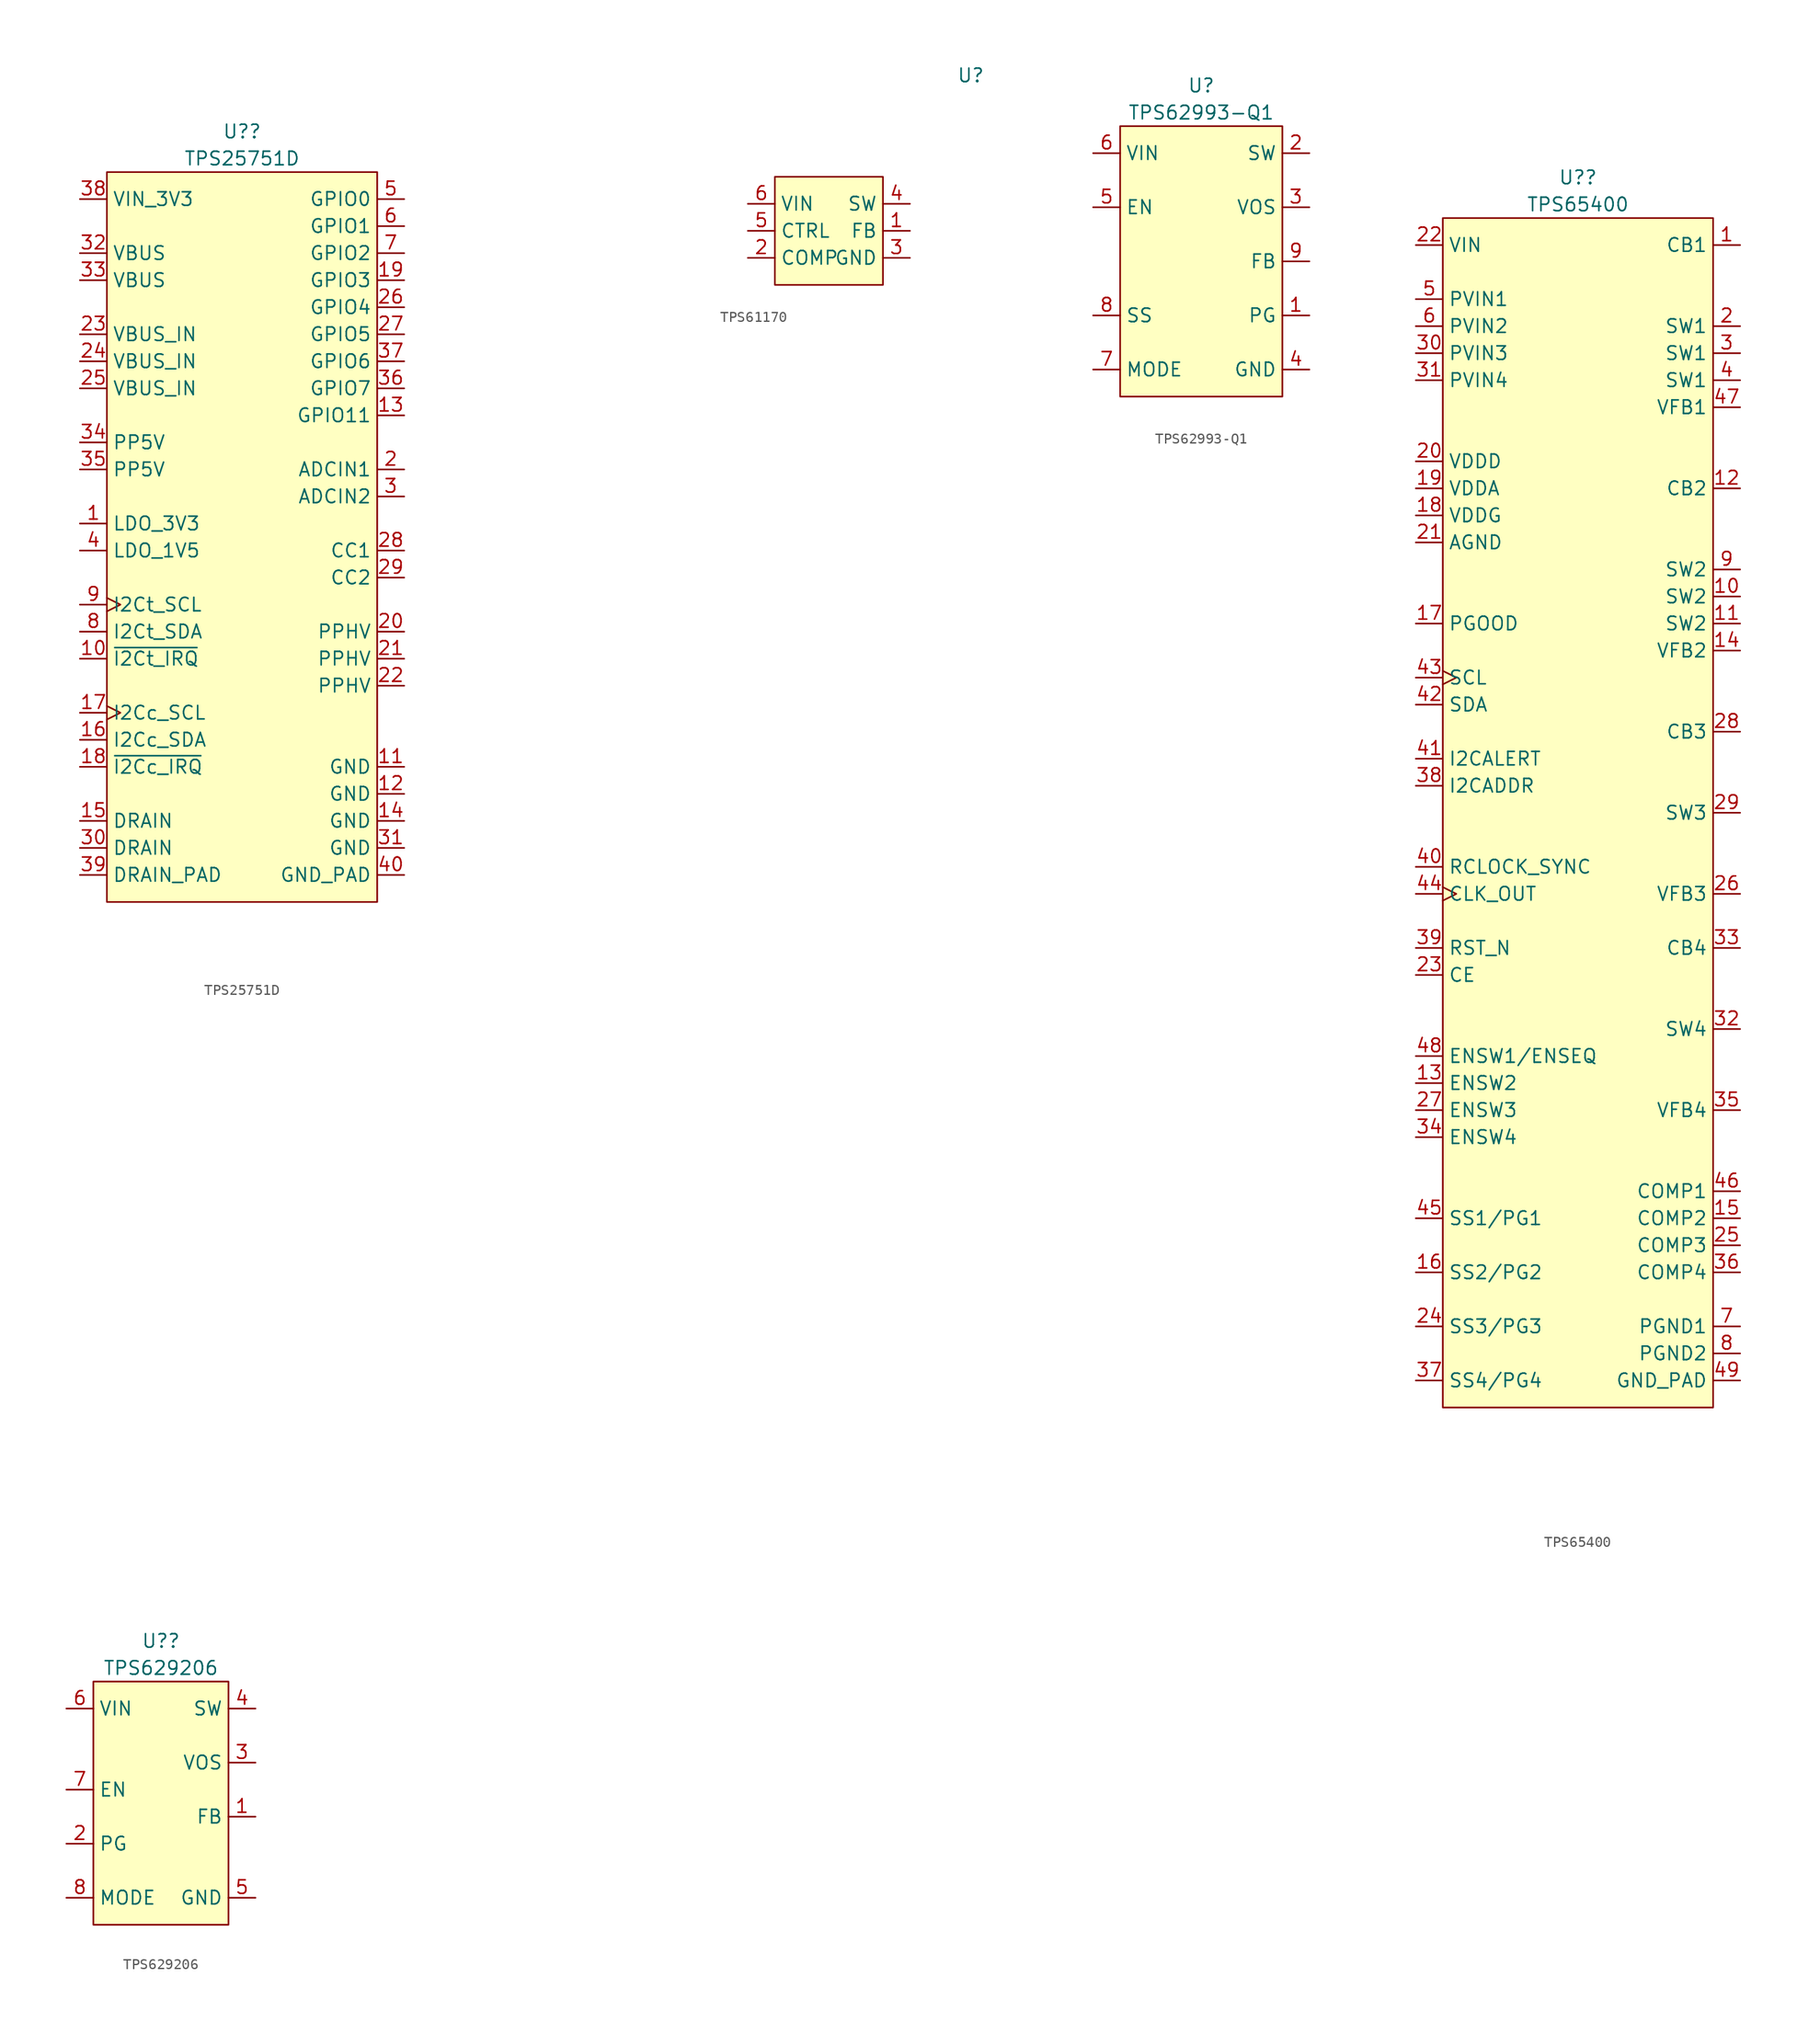
<source format=kicad_sym>
(kicad_symbol_lib
  (version 20241209)
  (generator "kicad_symbol_editor")
  (generator_version "9.0")
  (symbol "TPS25751D"
    (property "Reference" "U?"
      (at 0 38.1 0)
      (do_not_autoplace)
      (effects (font (size 1.27 1.27))))
    (property "Value" "TPS25751D"
      (at 0 35.56 0)
      (do_not_autoplace)
      (effects (font (size 1.27 1.27))))
    (symbol "TPS25751D_0_0"
      (pin power_in line (at -15.24 31.75 0) (length 2.54) (name "VIN_3V3" (effects (font (size 1.27 1.27)))) (number "38" (effects (font (size 1.27 1.27)))))
      (pin power_out line (at -15.24 26.67 0) (length 2.54) (name "VBUS" (effects (font (size 1.27 1.27)))) (number "32" (effects (font (size 1.27 1.27)))))
      (pin bidirectional line (at -15.24 19.05 0) (length 2.54) (name "VBUS_IN" (effects (font (size 1.27 1.27)))) (number "23" (effects (font (size 1.27 1.27)))))
      (pin power_in line (at -15.24 8.89 0) (length 2.54) (name "PP5V" (effects (font (size 1.27 1.27)))) (number "34" (effects (font (size 1.27 1.27)))))
      (pin power_out line (at -15.24 1.27 0) (length 2.54) (name "LDO_3V3" (effects (font (size 1.27 1.27)))) (number "1" (effects (font (size 1.27 1.27)))))
      (pin power_out line (at -15.24 -1.27 0) (length 2.54) (name "LDO_1V5" (effects (font (size 1.27 1.27)))) (number "4" (effects (font (size 1.27 1.27)))))
      (pin bidirectional clock (at -15.24 -6.35 0) (length 2.54) (name "I2Ct_SCL" (effects (font (size 1.27 1.27)))) (number "9" (effects (font (size 1.27 1.27)))))
      (pin bidirectional line (at -15.24 -8.89 0) (length 2.54) (name "I2Ct_SDA" (effects (font (size 1.27 1.27)))) (number "8" (effects (font (size 1.27 1.27)))))
      (pin output line (at -15.24 -11.43 0) (length 2.54) (name "~{I2Ct_IRQ}" (effects (font (size 1.27 1.27)))) (number "10" (effects (font (size 1.27 1.27)))))
      (pin bidirectional clock (at -15.24 -16.51 0) (length 2.54) (name "I2Cc_SCL" (effects (font (size 1.27 1.27)))) (number "17" (effects (font (size 1.27 1.27)))))
      (pin bidirectional line (at -15.24 -19.05 0) (length 2.54) (name "I2Cc_SDA" (effects (font (size 1.27 1.27)))) (number "16" (effects (font (size 1.27 1.27)))))
      (pin output line (at -15.24 -21.59 0) (length 2.54) (name "~{I2Cc_IRQ}" (effects (font (size 1.27 1.27)))) (number "18" (effects (font (size 1.27 1.27)))))
      (pin passive line (at -15.24 -26.67 0) (length 2.54) (name "DRAIN" (effects (font (size 1.27 1.27)))) (number "15" (effects (font (size 1.27 1.27)))))
      (pin passive line (at -15.24 -29.21 0) (length 2.54) (name "DRAIN" (effects (font (size 1.27 1.27)))) (number "30" (effects (font (size 1.27 1.27)))))
      (pin passive line (at -15.24 -31.75 0) (length 2.54) (name "DRAIN_PAD" (effects (font (size 1.27 1.27)))) (number "39" (effects (font (size 1.27 1.27)))))
      (pin bidirectional line (at 15.24 31.75 180) (length 2.54) (name "GPIO0" (effects (font (size 1.27 1.27)))) (number "5" (effects (font (size 1.27 1.27)))))
      (pin bidirectional line (at 15.24 29.21 180) (length 2.54) (name "GPIO1" (effects (font (size 1.27 1.27)))) (number "6" (effects (font (size 1.27 1.27)))))
      (pin bidirectional line (at 15.24 26.67 180) (length 2.54) (name "GPIO2" (effects (font (size 1.27 1.27)))) (number "7" (effects (font (size 1.27 1.27)))))
      (pin bidirectional line (at 15.24 24.13 180) (length 2.54) (name "GPIO3" (effects (font (size 1.27 1.27)))) (number "19" (effects (font (size 1.27 1.27)))))
      (pin bidirectional line (at 15.24 16.51 180) (length 2.54) (name "GPIO6" (effects (font (size 1.27 1.27)))) (number "37" (effects (font (size 1.27 1.27)))))
      (pin bidirectional line (at 15.24 11.43 180) (length 2.54) (name "GPIO11" (effects (font (size 1.27 1.27)))) (number "13" (effects (font (size 1.27 1.27)))))
      (pin input line (at 15.24 6.35 180) (length 2.54) (name "ADCIN1" (effects (font (size 1.27 1.27)))) (number "2" (effects (font (size 1.27 1.27)))))
      (pin input line (at 15.24 3.81 180) (length 2.54) (name "ADCIN2" (effects (font (size 1.27 1.27)))) (number "3" (effects (font (size 1.27 1.27)))))
      (pin bidirectional line (at 15.24 -1.27 180) (length 2.54) (name "CC1" (effects (font (size 1.27 1.27)))) (number "28" (effects (font (size 1.27 1.27)))))
      (pin bidirectional line (at 15.24 -3.81 180) (length 2.54) (name "CC2" (effects (font (size 1.27 1.27)))) (number "29" (effects (font (size 1.27 1.27)))))
      (pin bidirectional line (at 15.24 -8.89 180) (length 2.54) (name "PPHV" (effects (font (size 1.27 1.27)))) (number "20" (effects (font (size 1.27 1.27)))))
      (pin passive line (at 15.24 -21.59 180) (length 2.54) (name "GND" (effects (font (size 1.27 1.27)))) (number "11" (effects (font (size 1.27 1.27)))))
      (pin passive line (at 15.24 -24.13 180) (length 2.54) (name "GND" (effects (font (size 1.27 1.27)))) (number "12" (effects (font (size 1.27 1.27)))))
      (pin passive line (at 15.24 -26.67 180) (length 2.54) (name "GND" (effects (font (size 1.27 1.27)))) (number "14" (effects (font (size 1.27 1.27)))))
      (pin passive line (at 15.24 -29.21 180) (length 2.54) (name "GND" (effects (font (size 1.27 1.27)))) (number "31" (effects (font (size 1.27 1.27)))))
      (pin passive line (at 15.24 -31.75 180) (length 2.54) (name "GND_PAD" (effects (font (size 1.27 1.27)))) (number "40" (effects (font (size 1.27 1.27))))))
    (symbol "TPS25751D_1_0"
      (pin power_out line (at -15.24 24.13 0) (length 2.54) (name "VBUS" (effects (font (size 1.27 1.27)))) (number "33" (effects (font (size 1.27 1.27)))))
      (pin bidirectional line (at -15.24 16.51 0) (length 2.54) (name "VBUS_IN" (effects (font (size 1.27 1.27)))) (number "24" (effects (font (size 1.27 1.27)))))
      (pin bidirectional line (at -15.24 13.97 0) (length 2.54) (name "VBUS_IN" (effects (font (size 1.27 1.27)))) (number "25" (effects (font (size 1.27 1.27)))))
      (pin power_in line (at -15.24 6.35 0) (length 2.54) (name "PP5V" (effects (font (size 1.27 1.27)))) (number "35" (effects (font (size 1.27 1.27)))))
      (pin bidirectional line (at 15.24 21.59 180) (length 2.54) (name "GPIO4" (effects (font (size 1.27 1.27)))) (number "26" (effects (font (size 1.27 1.27)))) (alternate "LD1" bidirectional line) (alternate "USB_P" bidirectional line))
      (pin bidirectional line (at 15.24 19.05 180) (length 2.54) (name "GPIO5" (effects (font (size 1.27 1.27)))) (number "27" (effects (font (size 1.27 1.27)))) (alternate "LD2" bidirectional line) (alternate "USB_N" bidirectional inverted))
      (pin bidirectional line (at 15.24 13.97 180) (length 2.54) (name "GPIO7" (effects (font (size 1.27 1.27)))) (number "36" (effects (font (size 1.27 1.27)))))
      (pin bidirectional line (at 15.24 -11.43 180) (length 2.54) (name "PPHV" (effects (font (size 1.27 1.27)))) (number "21" (effects (font (size 1.27 1.27)))))
      (pin bidirectional line (at 15.24 -13.97 180) (length 2.54) (name "PPHV" (effects (font (size 1.27 1.27)))) (number "22" (effects (font (size 1.27 1.27))))))
    (symbol "TPS25751D_1_1"
      (rectangle (start -12.7 34.29) (end 12.7 -34.29) (stroke (width 0) (type solid)) (fill (type background)))))
  (symbol "TPS61170"
    (property "Reference" "U"
      (at 13.335 12.065 0)
      (effects (font (size 1.27 1.27))))
    (property "Value" ""
      (at -27.94 -1.905 0)
      (effects (font (size 1.27 1.27))))
    (symbol "TPS61170_0_0"
      (pin power_in line (at -7.62 0 0) (length 2.54) (name "VIN" (effects (font (size 1.27 1.27)))) (number "6" (effects (font (size 1.27 1.27)))))
      (pin input line (at -7.62 -2.54 0) (length 2.54) (name "CTRL" (effects (font (size 1.27 1.27)))) (number "5" (effects (font (size 1.27 1.27)))))
      (pin output line (at -7.62 -5.08 0) (length 2.54) (name "COMP" (effects (font (size 1.27 1.27)))) (number "2" (effects (font (size 1.27 1.27)))))
      (pin input line (at 7.62 0 180) (length 2.54) (name "SW" (effects (font (size 1.27 1.27)))) (number "4" (effects (font (size 1.27 1.27)))))
      (pin input line (at 7.62 -2.54 180) (length 2.54) (name "FB" (effects (font (size 1.27 1.27)))) (number "1" (effects (font (size 1.27 1.27)))))
      (pin passive line (at 7.62 -5.08 180) (length 2.54) (name "GND" (effects (font (size 1.27 1.27)))) (number "3" (effects (font (size 1.27 1.27))))))
    (symbol "TPS61170_1_1"
      (rectangle (start -5.08 2.54) (end 5.08 -7.62) (stroke (width 0) (type default)) (fill (type background)))))
  (symbol "TPS62993-Q1"
    (property "Reference" "U"
      (at 0 16.51 0)
      (do_not_autoplace)
      (effects (font (size 1.27 1.27))))
    (property "Value" "TPS62993-Q1"
      (at 0 13.97 0)
      (do_not_autoplace)
      (effects (font (size 1.27 1.27))))
    (symbol "TPS62993-Q1_0_0"
      (pin power_in line (at -10.16 10.16 0) (length 2.54) (name "VIN" (effects (font (size 1.27 1.27)))) (number "6" (effects (font (size 1.27 1.27)))))
      (pin input line (at -10.16 5.08 0) (length 2.54) (name "EN" (effects (font (size 1.27 1.27)))) (number "5" (effects (font (size 1.27 1.27)))))
      (pin passive line (at 10.16 10.16 180) (length 2.54) (name "SW" (effects (font (size 1.27 1.27)))) (number "2" (effects (font (size 1.27 1.27)))))
      (pin input line (at 10.16 5.08 180) (length 2.54) (name "VOS" (effects (font (size 1.27 1.27)))) (number "3" (effects (font (size 1.27 1.27)))))
      (pin input line (at 10.16 0 180) (length 2.54) (name "FB" (effects (font (size 1.27 1.27)))) (number "9" (effects (font (size 1.27 1.27)))))
      (pin output line (at 10.16 -5.08 180) (length 2.54) (name "PG" (effects (font (size 1.27 1.27)))) (number "1" (effects (font (size 1.27 1.27)))))
      (pin passive line (at 10.16 -10.16 180) (length 2.54) (name "GND" (effects (font (size 1.27 1.27)))) (number "4" (effects (font (size 1.27 1.27))))))
    (symbol "TPS62993-Q1_1_0"
      (pin input line (at -10.16 -5.08 0) (length 2.54) (name "SS" (effects (font (size 1.27 1.27)))) (number "8" (effects (font (size 1.27 1.27)))) (alternate "TR" input line))
      (pin input line (at -10.16 -10.16 0) (length 2.54) (name "MODE" (effects (font (size 1.27 1.27)))) (number "7" (effects (font (size 1.27 1.27)))) (alternate "S-CONF" input line)))
    (symbol "TPS62993-Q1_1_1"
      (rectangle (start -7.62 12.7) (end 7.62 -12.7) (stroke (width 0) (type default)) (fill (type background)))))
  (symbol "TPS65400"
    (property "Reference" "U?"
      (at 0 59.69 0)
      (do_not_autoplace)
      (effects (font (size 1.27 1.27))))
    (property "Value" "TPS65400"
      (at 0 57.15 0)
      (do_not_autoplace)
      (effects (font (size 1.27 1.27))))
    (symbol "TPS65400_0_0"
      (pin power_in line (at -15.24 53.34 0) (length 2.54) (name "VIN" (effects (font (size 1.27 1.27)))) (number "22" (effects (font (size 1.27 1.27)))))
      (pin power_in line (at -15.24 48.26 0) (length 2.54) (name "PVIN1" (effects (font (size 1.27 1.27)))) (number "5" (effects (font (size 1.27 1.27)))))
      (pin power_in line (at -15.24 45.72 0) (length 2.54) (name "PVIN2" (effects (font (size 1.27 1.27)))) (number "6" (effects (font (size 1.27 1.27)))))
      (pin power_in line (at -15.24 43.18 0) (length 2.54) (name "PVIN3" (effects (font (size 1.27 1.27)))) (number "30" (effects (font (size 1.27 1.27)))))
      (pin power_in line (at -15.24 40.64 0) (length 2.54) (name "PVIN4" (effects (font (size 1.27 1.27)))) (number "31" (effects (font (size 1.27 1.27)))))
      (pin power_out line (at -15.24 33.02 0) (length 2.54) (name "VDDD" (effects (font (size 1.27 1.27)))) (number "20" (effects (font (size 1.27 1.27)))))
      (pin power_out line (at -15.24 30.48 0) (length 2.54) (name "VDDA" (effects (font (size 1.27 1.27)))) (number "19" (effects (font (size 1.27 1.27)))))
      (pin power_in line (at -15.24 27.94 0) (length 2.54) (name "VDDG" (effects (font (size 1.27 1.27)))) (number "18" (effects (font (size 1.27 1.27)))))
      (pin passive line (at -15.24 25.4 0) (length 2.54) (name "AGND" (effects (font (size 1.27 1.27)))) (number "21" (effects (font (size 1.27 1.27)))))
      (pin output line (at -15.24 17.78 0) (length 2.54) (name "PGOOD" (effects (font (size 1.27 1.27)))) (number "17" (effects (font (size 1.27 1.27)))))
      (pin bidirectional clock (at -15.24 12.7 0) (length 2.54) (name "SCL" (effects (font (size 1.27 1.27)))) (number "43" (effects (font (size 1.27 1.27)))))
      (pin bidirectional line (at -15.24 10.16 0) (length 2.54) (name "SDA" (effects (font (size 1.27 1.27)))) (number "42" (effects (font (size 1.27 1.27)))))
      (pin output line (at -15.24 5.08 0) (length 2.54) (name "I2CALERT" (effects (font (size 1.27 1.27)))) (number "41" (effects (font (size 1.27 1.27)))))
      (pin input line (at -15.24 2.54 0) (length 2.54) (name "I2CADDR" (effects (font (size 1.27 1.27)))) (number "38" (effects (font (size 1.27 1.27)))))
      (pin input line (at -15.24 -5.08 0) (length 2.54) (name "RCLOCK_SYNC" (effects (font (size 1.27 1.27)))) (number "40" (effects (font (size 1.27 1.27)))))
      (pin output clock (at -15.24 -7.62 0) (length 2.54) (name "CLK_OUT" (effects (font (size 1.27 1.27)))) (number "44" (effects (font (size 1.27 1.27)))))
      (pin input line (at -15.24 -12.7 0) (length 2.54) (name "RST_N" (effects (font (size 1.27 1.27)))) (number "39" (effects (font (size 1.27 1.27)))))
      (pin input line (at -15.24 -15.24 0) (length 2.54) (name "CE" (effects (font (size 1.27 1.27)))) (number "23" (effects (font (size 1.27 1.27)))))
      (pin input line (at -15.24 -22.86 0) (length 2.54) (name "ENSW1/ENSEQ" (effects (font (size 1.27 1.27)))) (number "48" (effects (font (size 1.27 1.27)))))
      (pin input line (at -15.24 -25.4 0) (length 2.54) (name "ENSW2" (effects (font (size 1.27 1.27)))) (number "13" (effects (font (size 1.27 1.27)))))
      (pin input line (at -15.24 -27.94 0) (length 2.54) (name "ENSW3" (effects (font (size 1.27 1.27)))) (number "27" (effects (font (size 1.27 1.27)))))
      (pin input line (at -15.24 -30.48 0) (length 2.54) (name "ENSW4" (effects (font (size 1.27 1.27)))) (number "34" (effects (font (size 1.27 1.27)))))
      (pin input line (at -15.24 -38.1 0) (length 2.54) (name "SS1/PG1" (effects (font (size 1.27 1.27)))) (number "45" (effects (font (size 1.27 1.27)))))
      (pin input line (at -15.24 -43.18 0) (length 2.54) (name "SS2/PG2" (effects (font (size 1.27 1.27)))) (number "16" (effects (font (size 1.27 1.27)))))
      (pin input line (at -15.24 -48.26 0) (length 2.54) (name "SS3/PG3" (effects (font (size 1.27 1.27)))) (number "24" (effects (font (size 1.27 1.27)))))
      (pin input line (at -15.24 -53.34 0) (length 2.54) (name "SS4/PG4" (effects (font (size 1.27 1.27)))) (number "37" (effects (font (size 1.27 1.27)))))
      (pin input line (at 15.24 53.34 180) (length 2.54) (name "CB1" (effects (font (size 1.27 1.27)))) (number "1" (effects (font (size 1.27 1.27)))))
      (pin passive line (at 15.24 45.72 180) (length 2.54) (name "SW1" (effects (font (size 1.27 1.27)))) (number "2" (effects (font (size 1.27 1.27)))))
      (pin passive line (at 15.24 43.18 180) (length 2.54) (name "SW1" (effects (font (size 1.27 1.27)))) (number "3" (effects (font (size 1.27 1.27)))))
      (pin passive line (at 15.24 40.64 180) (length 2.54) (name "SW1" (effects (font (size 1.27 1.27)))) (number "4" (effects (font (size 1.27 1.27)))))
      (pin input line (at 15.24 38.1 180) (length 2.54) (name "VFB1" (effects (font (size 1.27 1.27)))) (number "47" (effects (font (size 1.27 1.27)))))
      (pin input line (at 15.24 30.48 180) (length 2.54) (name "CB2" (effects (font (size 1.27 1.27)))) (number "12" (effects (font (size 1.27 1.27)))))
      (pin passive line (at 15.24 22.86 180) (length 2.54) (name "SW2" (effects (font (size 1.27 1.27)))) (number "9" (effects (font (size 1.27 1.27)))))
      (pin passive line (at 15.24 20.32 180) (length 2.54) (name "SW2" (effects (font (size 1.27 1.27)))) (number "10" (effects (font (size 1.27 1.27)))))
      (pin passive line (at 15.24 17.78 180) (length 2.54) (name "SW2" (effects (font (size 1.27 1.27)))) (number "11" (effects (font (size 1.27 1.27)))))
      (pin input line (at 15.24 15.24 180) (length 2.54) (name "VFB2" (effects (font (size 1.27 1.27)))) (number "14" (effects (font (size 1.27 1.27)))))
      (pin input line (at 15.24 7.62 180) (length 2.54) (name "CB3" (effects (font (size 1.27 1.27)))) (number "28" (effects (font (size 1.27 1.27)))))
      (pin passive line (at 15.24 0 180) (length 2.54) (name "SW3" (effects (font (size 1.27 1.27)))) (number "29" (effects (font (size 1.27 1.27)))))
      (pin input line (at 15.24 -7.62 180) (length 2.54) (name "VFB3" (effects (font (size 1.27 1.27)))) (number "26" (effects (font (size 1.27 1.27)))))
      (pin input line (at 15.24 -12.7 180) (length 2.54) (name "CB4" (effects (font (size 1.27 1.27)))) (number "33" (effects (font (size 1.27 1.27)))))
      (pin passive line (at 15.24 -20.32 180) (length 2.54) (name "SW4" (effects (font (size 1.27 1.27)))) (number "32" (effects (font (size 1.27 1.27)))))
      (pin input line (at 15.24 -27.94 180) (length 2.54) (name "VFB4" (effects (font (size 1.27 1.27)))) (number "35" (effects (font (size 1.27 1.27)))))
      (pin input line (at 15.24 -35.56 180) (length 2.54) (name "COMP1" (effects (font (size 1.27 1.27)))) (number "46" (effects (font (size 1.27 1.27)))))
      (pin input line (at 15.24 -38.1 180) (length 2.54) (name "COMP2" (effects (font (size 1.27 1.27)))) (number "15" (effects (font (size 1.27 1.27)))))
      (pin input line (at 15.24 -40.64 180) (length 2.54) (name "COMP3" (effects (font (size 1.27 1.27)))) (number "25" (effects (font (size 1.27 1.27)))))
      (pin input line (at 15.24 -43.18 180) (length 2.54) (name "COMP4" (effects (font (size 1.27 1.27)))) (number "36" (effects (font (size 1.27 1.27)))))
      (pin passive line (at 15.24 -48.26 180) (length 2.54) (name "PGND1" (effects (font (size 1.27 1.27)))) (number "7" (effects (font (size 1.27 1.27)))))
      (pin passive line (at 15.24 -50.8 180) (length 2.54) (name "PGND2" (effects (font (size 1.27 1.27)))) (number "8" (effects (font (size 1.27 1.27)))))
      (pin passive line (at 15.24 -53.34 180) (length 2.54) (name "GND_PAD" (effects (font (size 1.27 1.27)))) (number "49" (effects (font (size 1.27 1.27))))))
    (symbol "TPS65400_1_1"
      (rectangle (start -12.7 55.88) (end 12.7 -55.88) (stroke (width 0) (type solid)) (fill (type background)))))
  (symbol "TPS629206"
    (property "Reference" "U?"
      (at 0 15.24 0)
      (do_not_autoplace)
      (effects (font (size 1.27 1.27))))
    (property "Value" "TPS629206"
      (at 0 12.7 0)
      (do_not_autoplace)
      (effects (font (size 1.27 1.27))))
    (symbol "TPS629206_0_0"
      (pin power_in line (at -8.89 8.89 0) (length 2.54) (name "VIN" (effects (font (size 1.27 1.27)))) (number "6" (effects (font (size 1.27 1.27)))))
      (pin input line (at -8.89 1.27 0) (length 2.54) (name "EN" (effects (font (size 1.27 1.27)))) (number "7" (effects (font (size 1.27 1.27)))))
      (pin output line (at -8.89 -3.81 0) (length 2.54) (name "PG" (effects (font (size 1.27 1.27)))) (number "2" (effects (font (size 1.27 1.27)))))
      (pin output line (at 8.89 8.89 180) (length 2.54) (name "SW" (effects (font (size 1.27 1.27)))) (number "4" (effects (font (size 1.27 1.27)))))
      (pin input line (at 8.89 3.81 180) (length 2.54) (name "VOS" (effects (font (size 1.27 1.27)))) (number "3" (effects (font (size 1.27 1.27)))))
      (pin passive line (at 8.89 -8.89 180) (length 2.54) (name "GND" (effects (font (size 1.27 1.27)))) (number "5" (effects (font (size 1.27 1.27))))))
    (symbol "TPS629206_1_0"
      (pin input line (at -8.89 -8.89 0) (length 2.54) (name "MODE" (effects (font (size 1.27 1.27)))) (number "8" (effects (font (size 1.27 1.27)))) (alternate "S-CONF" input line))
      (pin input line (at 8.89 -1.27 180) (length 2.54) (name "FB" (effects (font (size 1.27 1.27)))) (number "1" (effects (font (size 1.27 1.27)))) (alternate "VSET" input line)))
    (symbol "TPS629206_1_1"
      (rectangle (start -6.35 11.43) (end 6.35 -11.43) (stroke (width 0) (type solid)) (fill (type background))))))
</source>
